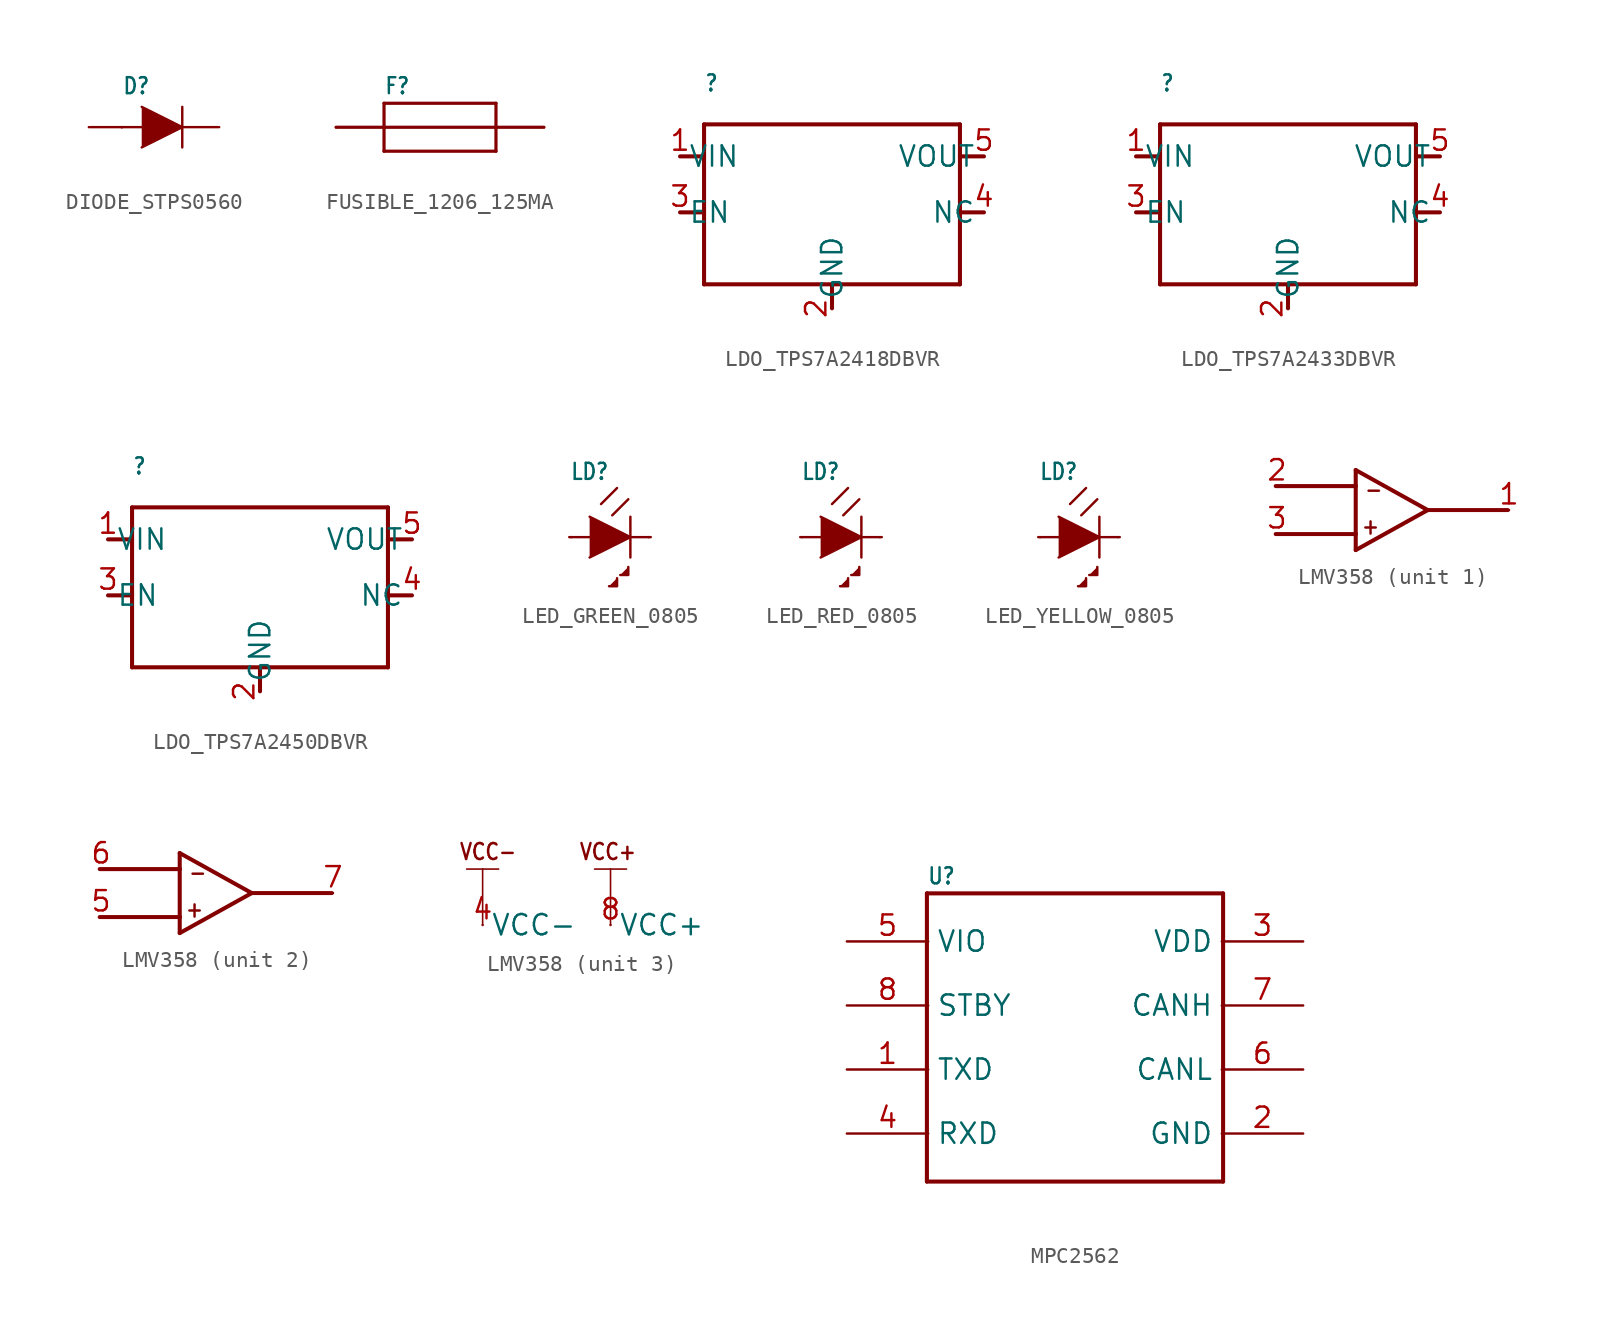
<source format=kicad_sym>
(kicad_symbol_lib
  (version 20241209)
  (generator "kicad_symbol_editor")
  (generator_version "9.0")
  (symbol "DIODE_STPS0560"
    (property "Reference" "D"
      (at 2 2 0)
      (effects (font (size 1 0.85)) (justify left bottom)))
    (property "Value" ""
      (at 2 -3 0)
      (effects (font (size 1 0.85)) (justify left bottom)))
    (property "ki_locked" ""
      (at 0 0 0)
      (effects (font (size 1.27 1.27))))
    (symbol "DIODE_STPS0560_1_0"
      (polyline (pts (xy 1.96 0) (xy 2 0)) (stroke (width 0.152) (type solid)) (fill (type none)))
      (polyline (pts (xy 2 0) (xy 3.23 0)) (stroke (width 0.152) (type solid)) (fill (type none)))
      (polyline (pts (xy 2 0) (xy 0 0)) (stroke (width 0.15) (type solid)) (fill (type none)))
      (polyline (pts (xy 3.23 -1.27) (xy 5.77 0) (xy 3.23 1.27)) (stroke (width 0.152) (type solid)) (fill (type outline)))
      (polyline (pts (xy 5.77 1.27) (xy 5.77 0)) (stroke (width 0.152) (type solid)) (fill (type none)))
      (polyline (pts (xy 5.77 0) (xy 5.77 -1.27)) (stroke (width 0.152) (type solid)) (fill (type none)))
      (polyline (pts (xy 8 0) (xy 5.77 0)) (stroke (width 0.152) (type solid)) (fill (type none)))
      (pin bidirectional line (at -0.08 0 180) (length 0) (name "A" (effects (font (size 0 0)))) (number "A" (effects (font (size 0 0)))))
      (pin bidirectional line (at 8.08 0 0) (length 0) (name "K" (effects (font (size 0 0)))) (number "K" (effects (font (size 0 0)))))))
  (symbol "FUSIBLE_1206_125MA"
    (property "Reference" "F"
      (at 3 2 0)
      (effects (font (size 1 0.85)) (justify left bottom)))
    (property "Value" ""
      (at 3 -3 0)
      (effects (font (size 1 0.85)) (justify left bottom)))
    (property "ki_locked" ""
      (at 0 0 0)
      (effects (font (size 1.27 1.27))))
    (symbol "FUSIBLE_1206_125MA_1_0"
      (polyline (pts (xy 3 1.5) (xy 10 1.5)) (stroke (width 0.2) (type solid)) (fill (type none)))
      (polyline (pts (xy 3 0) (xy 3 1.5)) (stroke (width 0.2) (type solid)) (fill (type none)))
      (polyline (pts (xy 3 0) (xy 10 0)) (stroke (width 0.2) (type solid)) (fill (type none)))
      (polyline (pts (xy 3 0) (xy 0 0)) (stroke (width 0.2) (type solid)) (fill (type none)))
      (polyline (pts (xy 3 -1.5) (xy 3 0)) (stroke (width 0.2) (type solid)) (fill (type none)))
      (polyline (pts (xy 10 1.5) (xy 10 0)) (stroke (width 0.2) (type solid)) (fill (type none)))
      (polyline (pts (xy 10 0) (xy 13 0)) (stroke (width 0.2) (type solid)) (fill (type none)))
      (polyline (pts (xy 10 0) (xy 10 -1.5)) (stroke (width 0.2) (type solid)) (fill (type none)))
      (polyline (pts (xy 10 -1.5) (xy 3 -1.5)) (stroke (width 0.2) (type solid)) (fill (type none)))
      (pin bidirectional line (at 0 0 0) (length 0) (name "1" (effects (font (size 0 0)))) (number "1" (effects (font (size 0 0)))))
      (pin bidirectional line (at 13 0 180) (length 0) (name "2" (effects (font (size 0 0)))) (number "2" (effects (font (size 0 0)))))))
  (symbol "LDO_TPS7A2418DBVR"
    (property "Reference" ""
      (at 1.5 4 0)
      (effects (font (size 1 0.85)) (justify left bottom)))
    (property "Value" ""
      (at 1.5 2.5 0)
      (effects (font (size 1 0.85)) (justify left bottom)))
    (property "ki_locked" ""
      (at 0 0 0)
      (effects (font (size 1.27 1.27))))
    (symbol "LDO_TPS7A2418DBVR_1_0"
      (polyline (pts (xy 0 0) (xy 1.5 0)) (stroke (width 0.254) (type solid)) (fill (type none)))
      (polyline (pts (xy 0 -3.5) (xy 1.5 -3.5)) (stroke (width 0.254) (type solid)) (fill (type none)))
      (polyline (pts (xy 1.5 2) (xy 17.5 2)) (stroke (width 0.254) (type solid)) (fill (type none)))
      (polyline (pts (xy 1.5 0) (xy 1.5 2)) (stroke (width 0.254) (type solid)) (fill (type none)))
      (polyline (pts (xy 1.5 0) (xy 1.5 -8)) (stroke (width 0.254) (type solid)) (fill (type none)))
      (polyline (pts (xy 1.5 -8) (xy 9.5 -8)) (stroke (width 0.254) (type solid)) (fill (type none)))
      (polyline (pts (xy 9.5 -8) (xy 17.5 -8)) (stroke (width 0.254) (type solid)) (fill (type none)))
      (polyline (pts (xy 9.5 -9.5) (xy 9.5 -8)) (stroke (width 0.254) (type solid)) (fill (type none)))
      (polyline (pts (xy 17.5 2) (xy 17.5 0)) (stroke (width 0.254) (type solid)) (fill (type none)))
      (polyline (pts (xy 17.5 0) (xy 19 0)) (stroke (width 0.254) (type solid)) (fill (type none)))
      (polyline (pts (xy 17.5 -8) (xy 17.5 0)) (stroke (width 0.254) (type solid)) (fill (type none)))
      (polyline (pts (xy 19 -3.5) (xy 17.5 -3.5)) (stroke (width 0.254) (type solid)) (fill (type none)))
      (pin bidirectional line (at 0 0 0) (length 0) (name "VIN" (effects (font (size 1.27 1.27)))) (number "1" (effects (font (size 1.27 1.27)))))
      (pin bidirectional line (at 0 -3.5 0) (length 0) (name "EN" (effects (font (size 1.27 1.27)))) (number "3" (effects (font (size 1.27 1.27)))))
      (pin bidirectional line (at 9.5 -9.5 90) (length 0) (name "GND" (effects (font (size 1.27 1.27)))) (number "2" (effects (font (size 1.27 1.27)))))
      (pin bidirectional line (at 19 0 180) (length 0) (name "VOUT" (effects (font (size 1.27 1.27)))) (number "5" (effects (font (size 1.27 1.27)))))
      (pin bidirectional line (at 19 -3.5 180) (length 0) (name "NC" (effects (font (size 1.27 1.27)))) (number "4" (effects (font (size 1.27 1.27)))))))
  (symbol "LDO_TPS7A2433DBVR"
    (property "Reference" ""
      (at 1.5 4 0)
      (effects (font (size 1 0.85)) (justify left bottom)))
    (property "Value" ""
      (at 1.5 2.5 0)
      (effects (font (size 1 0.85)) (justify left bottom)))
    (property "ki_locked" ""
      (at 0 0 0)
      (effects (font (size 1.27 1.27))))
    (symbol "LDO_TPS7A2433DBVR_1_0"
      (polyline (pts (xy 0 0) (xy 1.5 0)) (stroke (width 0.254) (type solid)) (fill (type none)))
      (polyline (pts (xy 0 -3.5) (xy 1.5 -3.5)) (stroke (width 0.254) (type solid)) (fill (type none)))
      (polyline (pts (xy 1.5 2) (xy 17.5 2)) (stroke (width 0.254) (type solid)) (fill (type none)))
      (polyline (pts (xy 1.5 0) (xy 1.5 2)) (stroke (width 0.254) (type solid)) (fill (type none)))
      (polyline (pts (xy 1.5 0) (xy 1.5 -8)) (stroke (width 0.254) (type solid)) (fill (type none)))
      (polyline (pts (xy 1.5 -8) (xy 9.5 -8)) (stroke (width 0.254) (type solid)) (fill (type none)))
      (polyline (pts (xy 9.5 -8) (xy 17.5 -8)) (stroke (width 0.254) (type solid)) (fill (type none)))
      (polyline (pts (xy 9.5 -9.5) (xy 9.5 -8)) (stroke (width 0.254) (type solid)) (fill (type none)))
      (polyline (pts (xy 17.5 2) (xy 17.5 0)) (stroke (width 0.254) (type solid)) (fill (type none)))
      (polyline (pts (xy 17.5 0) (xy 19 0)) (stroke (width 0.254) (type solid)) (fill (type none)))
      (polyline (pts (xy 17.5 -8) (xy 17.5 0)) (stroke (width 0.254) (type solid)) (fill (type none)))
      (polyline (pts (xy 19 -3.5) (xy 17.5 -3.5)) (stroke (width 0.254) (type solid)) (fill (type none)))
      (pin bidirectional line (at 0 0 0) (length 0) (name "VIN" (effects (font (size 1.27 1.27)))) (number "1" (effects (font (size 1.27 1.27)))))
      (pin bidirectional line (at 0 -3.5 0) (length 0) (name "EN" (effects (font (size 1.27 1.27)))) (number "3" (effects (font (size 1.27 1.27)))))
      (pin bidirectional line (at 9.5 -9.5 90) (length 0) (name "GND" (effects (font (size 1.27 1.27)))) (number "2" (effects (font (size 1.27 1.27)))))
      (pin bidirectional line (at 19 0 180) (length 0) (name "VOUT" (effects (font (size 1.27 1.27)))) (number "5" (effects (font (size 1.27 1.27)))))
      (pin bidirectional line (at 19 -3.5 180) (length 0) (name "NC" (effects (font (size 1.27 1.27)))) (number "4" (effects (font (size 1.27 1.27)))))))
  (symbol "LDO_TPS7A2450DBVR"
    (property "Reference" ""
      (at 1.5 4 0)
      (effects (font (size 1 0.85)) (justify left bottom)))
    (property "Value" ""
      (at 1.5 2.5 0)
      (effects (font (size 1 0.85)) (justify left bottom)))
    (property "ki_locked" ""
      (at 0 0 0)
      (effects (font (size 1.27 1.27))))
    (symbol "LDO_TPS7A2450DBVR_1_0"
      (polyline (pts (xy 0 0) (xy 1.5 0)) (stroke (width 0.254) (type solid)) (fill (type none)))
      (polyline (pts (xy 0 -3.5) (xy 1.5 -3.5)) (stroke (width 0.254) (type solid)) (fill (type none)))
      (polyline (pts (xy 1.5 2) (xy 17.5 2)) (stroke (width 0.254) (type solid)) (fill (type none)))
      (polyline (pts (xy 1.5 0) (xy 1.5 -8)) (stroke (width 0.254) (type solid)) (fill (type none)))
      (polyline (pts (xy 1.5 0) (xy 1.5 2)) (stroke (width 0.254) (type solid)) (fill (type none)))
      (polyline (pts (xy 1.5 -8) (xy 9.5 -8)) (stroke (width 0.254) (type solid)) (fill (type none)))
      (polyline (pts (xy 9.5 -8) (xy 17.5 -8)) (stroke (width 0.254) (type solid)) (fill (type none)))
      (polyline (pts (xy 9.5 -9.5) (xy 9.5 -8)) (stroke (width 0.254) (type solid)) (fill (type none)))
      (polyline (pts (xy 17.5 2) (xy 17.5 0)) (stroke (width 0.254) (type solid)) (fill (type none)))
      (polyline (pts (xy 17.5 0) (xy 19 0)) (stroke (width 0.254) (type solid)) (fill (type none)))
      (polyline (pts (xy 17.5 -8) (xy 17.5 0)) (stroke (width 0.254) (type solid)) (fill (type none)))
      (polyline (pts (xy 19 -3.5) (xy 17.5 -3.5)) (stroke (width 0.254) (type solid)) (fill (type none)))
      (pin bidirectional line (at 0 0 0) (length 0) (name "VIN" (effects (font (size 1.27 1.27)))) (number "1" (effects (font (size 1.27 1.27)))))
      (pin bidirectional line (at 0 -3.5 0) (length 0) (name "EN" (effects (font (size 1.27 1.27)))) (number "3" (effects (font (size 1.27 1.27)))))
      (pin bidirectional line (at 9.5 -9.5 90) (length 0) (name "GND" (effects (font (size 1.27 1.27)))) (number "2" (effects (font (size 1.27 1.27)))))
      (pin bidirectional line (at 19 0 180) (length 0) (name "VOUT" (effects (font (size 1.27 1.27)))) (number "5" (effects (font (size 1.27 1.27)))))
      (pin bidirectional line (at 19 -3.5 180) (length 0) (name "NC" (effects (font (size 1.27 1.27)))) (number "4" (effects (font (size 1.27 1.27)))))))
  (symbol "LED_GREEN_0805"
    (property "Reference" "LD"
      (at 0 3.5 0)
      (effects (font (size 1 0.85)) (justify left bottom)))
    (property "Value" ""
      (at 0 -3 0)
      (effects (font (size 1 0.85)) (justify left bottom)))
    (property "ki_locked" ""
      (at 0 0 0)
      (effects (font (size 1.27 1.27))))
    (symbol "LED_GREEN_0805_1_0"
      (polyline (pts (xy -0.04 0) (xy 1.23 0)) (stroke (width 0.152) (type solid)) (fill (type none)))
      (polyline (pts (xy 1.23 -1.27) (xy 3.77 0) (xy 1.23 1.27)) (stroke (width 0.152) (type solid)) (fill (type outline)))
      (polyline (pts (xy 2.44 -3.06) (xy 2.94 -3.06) (xy 2.94 -2.56)) (stroke (width 0.152) (type solid)) (fill (type outline)))
      (polyline (pts (xy 2.94 3.06) (xy 1.94 2.06)) (stroke (width 0.152) (type solid)) (fill (type none)))
      (polyline (pts (xy 3.14 -2.36) (xy 3.64 -2.36) (xy 3.64 -1.86)) (stroke (width 0.152) (type solid)) (fill (type outline)))
      (polyline (pts (xy 3.64 2.36) (xy 2.64 1.36)) (stroke (width 0.152) (type solid)) (fill (type none)))
      (polyline (pts (xy 3.77 1.27) (xy 3.77 0)) (stroke (width 0.152) (type solid)) (fill (type none)))
      (polyline (pts (xy 3.77 0) (xy 3.77 -1.27)) (stroke (width 0.152) (type solid)) (fill (type none)))
      (polyline (pts (xy 5.04 0) (xy 3.77 0)) (stroke (width 0.152) (type solid)) (fill (type none)))
      (pin bidirectional line (at 0.08 0 0) (length 0) (name "A" (effects (font (size 0 0)))) (number "2" (effects (font (size 0 0)))))
      (pin bidirectional line (at 4.92 0 180) (length 0) (name "K" (effects (font (size 0 0)))) (number "1" (effects (font (size 0 0)))))))
  (symbol "LED_RED_0805"
    (property "Reference" "LD"
      (at 0 3.5 0)
      (effects (font (size 1 0.85)) (justify left bottom)))
    (property "Value" ""
      (at 0 -3 0)
      (effects (font (size 1 0.85)) (justify left bottom)))
    (property "ki_locked" ""
      (at 0 0 0)
      (effects (font (size 1.27 1.27))))
    (symbol "LED_RED_0805_1_0"
      (polyline (pts (xy -0.04 0) (xy 1.23 0)) (stroke (width 0.152) (type solid)) (fill (type none)))
      (polyline (pts (xy 1.23 -1.27) (xy 3.77 0) (xy 1.23 1.27)) (stroke (width 0.152) (type solid)) (fill (type outline)))
      (polyline (pts (xy 2.44 -3.06) (xy 2.94 -3.06) (xy 2.94 -2.56)) (stroke (width 0.152) (type solid)) (fill (type outline)))
      (polyline (pts (xy 2.94 3.06) (xy 1.94 2.06)) (stroke (width 0.152) (type solid)) (fill (type none)))
      (polyline (pts (xy 3.14 -2.36) (xy 3.64 -2.36) (xy 3.64 -1.86)) (stroke (width 0.152) (type solid)) (fill (type outline)))
      (polyline (pts (xy 3.64 2.36) (xy 2.64 1.36)) (stroke (width 0.152) (type solid)) (fill (type none)))
      (polyline (pts (xy 3.77 1.27) (xy 3.77 0)) (stroke (width 0.152) (type solid)) (fill (type none)))
      (polyline (pts (xy 3.77 0) (xy 3.77 -1.27)) (stroke (width 0.152) (type solid)) (fill (type none)))
      (polyline (pts (xy 5.04 0) (xy 3.77 0)) (stroke (width 0.152) (type solid)) (fill (type none)))
      (pin bidirectional line (at 0.08 0 0) (length 0) (name "A" (effects (font (size 0 0)))) (number "2" (effects (font (size 0 0)))))
      (pin bidirectional line (at 4.92 0 180) (length 0) (name "K" (effects (font (size 0 0)))) (number "1" (effects (font (size 0 0)))))))
  (symbol "LED_YELLOW_0805"
    (property "Reference" "LD"
      (at 0 3.5 0)
      (effects (font (size 1 0.85)) (justify left bottom)))
    (property "Value" ""
      (at 0 -3 0)
      (effects (font (size 1 0.85)) (justify left bottom)))
    (property "ki_locked" ""
      (at 0 0 0)
      (effects (font (size 1.27 1.27))))
    (symbol "LED_YELLOW_0805_1_0"
      (polyline (pts (xy -0.04 0) (xy 1.23 0)) (stroke (width 0.152) (type solid)) (fill (type none)))
      (polyline (pts (xy 1.23 -1.27) (xy 3.77 0) (xy 1.23 1.27)) (stroke (width 0.152) (type solid)) (fill (type outline)))
      (polyline (pts (xy 2.44 -3.06) (xy 2.94 -3.06) (xy 2.94 -2.56)) (stroke (width 0.152) (type solid)) (fill (type outline)))
      (polyline (pts (xy 2.94 3.06) (xy 1.94 2.06)) (stroke (width 0.152) (type solid)) (fill (type none)))
      (polyline (pts (xy 3.14 -2.36) (xy 3.64 -2.36) (xy 3.64 -1.86)) (stroke (width 0.152) (type solid)) (fill (type outline)))
      (polyline (pts (xy 3.64 2.36) (xy 2.64 1.36)) (stroke (width 0.152) (type solid)) (fill (type none)))
      (polyline (pts (xy 3.77 1.27) (xy 3.77 0)) (stroke (width 0.152) (type solid)) (fill (type none)))
      (polyline (pts (xy 3.77 0) (xy 3.77 -1.27)) (stroke (width 0.152) (type solid)) (fill (type none)))
      (polyline (pts (xy 5.04 0) (xy 3.77 0)) (stroke (width 0.152) (type solid)) (fill (type none)))
      (pin bidirectional line (at 0.08 0 0) (length 0) (name "A" (effects (font (size 0 0)))) (number "2" (effects (font (size 0 0)))))
      (pin bidirectional line (at 4.92 0 180) (length 0) (name "K" (effects (font (size 0 0)))) (number "1" (effects (font (size 0 0)))))))
  (symbol "LMV358"
    (property "Reference" ""
      (at 5 1.5 0)
      (effects (font (size 1 0.85)) (justify left bottom) (hide yes)))
    (property "ki_locked" ""
      (at 0 0 0)
      (effects (font (size 1.27 1.27))))
    (symbol "LMV358_1_0"
      (polyline (pts (xy 5 1) (xy 5 0)) (stroke (width 0.254) (type solid)) (fill (type none)))
      (polyline (pts (xy 5 0) (xy 0 0)) (stroke (width 0.254) (type solid)) (fill (type none)))
      (polyline (pts (xy 5 0) (xy 5 -3)) (stroke (width 0.254) (type solid)) (fill (type none)))
      (polyline (pts (xy 5 -3) (xy 5 -4)) (stroke (width 0.254) (type solid)) (fill (type none)))
      (polyline (pts (xy 5 -3) (xy 0 -3)) (stroke (width 0.254) (type solid)) (fill (type none)))
      (polyline (pts (xy 5 -4) (xy 9.5 -1.5)) (stroke (width 0.254) (type solid)) (fill (type none)))
      (polyline (pts (xy 9.5 -1.5) (xy 5 1)) (stroke (width 0.254) (type solid)) (fill (type none)))
      (polyline (pts (xy 9.5 -1.5) (xy 14.5 -1.5)) (stroke (width 0.254) (type solid)) (fill (type none)))
      (text "+" (at 5.3 -3.1 0) (effects (font (size 1 0.85)) (justify left bottom)))
      (text "-" (at 5.5 -0.8 0) (effects (font (size 1 0.85)) (justify left bottom)))
      (pin bidirectional line (at 0.08 0 0) (length 0) (name "IN-" (effects (font (size 0 0)))) (number "2" (effects (font (size 1.27 1.27)))))
      (pin bidirectional line (at 0.08 -3 0) (length 0) (name "IN+" (effects (font (size 0 0)))) (number "3" (effects (font (size 1.27 1.27)))))
      (pin bidirectional line (at 14.58 -1.5 0) (length 0) (name "OUT" (effects (font (size 0 0)))) (number "1" (effects (font (size 1.27 1.27))))))
    (symbol "LMV358_2_0"
      (polyline (pts (xy 5 1) (xy 5 0)) (stroke (width 0.254) (type solid)) (fill (type none)))
      (polyline (pts (xy 5 0) (xy 5 -3)) (stroke (width 0.254) (type solid)) (fill (type none)))
      (polyline (pts (xy 5 0) (xy 0 0)) (stroke (width 0.254) (type solid)) (fill (type none)))
      (polyline (pts (xy 5 -3) (xy 5 -4)) (stroke (width 0.254) (type solid)) (fill (type none)))
      (polyline (pts (xy 5 -3) (xy 0 -3)) (stroke (width 0.254) (type solid)) (fill (type none)))
      (polyline (pts (xy 5 -4) (xy 9.5 -1.5)) (stroke (width 0.254) (type solid)) (fill (type none)))
      (polyline (pts (xy 9.5 -1.5) (xy 5 1)) (stroke (width 0.254) (type solid)) (fill (type none)))
      (polyline (pts (xy 9.5 -1.5) (xy 14.5 -1.5)) (stroke (width 0.254) (type solid)) (fill (type none)))
      (text "+" (at 5.3 -3.1 0) (effects (font (size 1 0.85)) (justify left bottom)))
      (text "-" (at 5.5 -0.8 0) (effects (font (size 1 0.85)) (justify left bottom)))
      (pin bidirectional line (at 0.08 0 0) (length 0) (name "IN-" (effects (font (size 0 0)))) (number "6" (effects (font (size 1.27 1.27)))))
      (pin bidirectional line (at 0.08 -3 0) (length 0) (name "IN+" (effects (font (size 0 0)))) (number "5" (effects (font (size 1.27 1.27)))))
      (pin bidirectional line (at 14.58 -1.5 0) (length 0) (name "OUT" (effects (font (size 0 0)))) (number "7" (effects (font (size 1.27 1.27))))))
    (symbol "LMV358_3_0"
      (polyline (pts (xy 0 3.5) (xy -1 3.5)) (stroke (width 0.1) (type solid)) (fill (type none)))
      (polyline (pts (xy 0 3.5) (xy 1 3.5)) (stroke (width 0.1) (type solid)) (fill (type none)))
      (polyline (pts (xy 0 0) (xy 0 3.5)) (stroke (width 0.1) (type solid)) (fill (type none)))
      (polyline (pts (xy 7 3.5) (xy 8 3.5)) (stroke (width 0.1) (type solid)) (fill (type none)))
      (polyline (pts (xy 8 3.5) (xy 9 3.5)) (stroke (width 0.1) (type solid)) (fill (type none)))
      (polyline (pts (xy 8 0) (xy 8 3.5)) (stroke (width 0.1) (type solid)) (fill (type none)))
      (text "VCC-" (at -1.5 4 0) (effects (font (size 1 0.85)) (justify left bottom)))
      (text "VCC+" (at 6 4 0) (effects (font (size 1 0.85)) (justify left bottom)))
      (pin bidirectional line (at 0 0 0) (length 0) (name "VCC-" (effects (font (size 1.27 1.27)))) (number "4" (effects (font (size 1.27 1.27)))))
      (pin bidirectional line (at 8 0 0) (length 0) (name "VCC+" (effects (font (size 1.27 1.27)))) (number "8" (effects (font (size 1.27 1.27)))))))
  (symbol "MPC2562"
    (property "Reference" "U"
      (at 5 3.5 0)
      (effects (font (size 1 0.85)) (justify left bottom)))
    (property "Value" ""
      (at 5 -16.5 0)
      (effects (font (size 1 0.85)) (justify left bottom)))
    (property "ki_locked" ""
      (at 0 0 0)
      (effects (font (size 1.27 1.27))))
    (symbol "MPC2562_1_0"
      (polyline (pts (xy 5 3) (xy 23.5 3)) (stroke (width 0.254) (type solid)) (fill (type none)))
      (polyline (pts (xy 5 -15) (xy 5 3)) (stroke (width 0.254) (type solid)) (fill (type none)))
      (polyline (pts (xy 23.5 3) (xy 23.5 -15)) (stroke (width 0.254) (type solid)) (fill (type none)))
      (polyline (pts (xy 23.5 -15) (xy 5 -15)) (stroke (width 0.254) (type solid)) (fill (type none)))
      (pin bidirectional line (at 0 0 0) (length 5.08) (name "VIO" (effects (font (size 1.27 1.27)))) (number "5" (effects (font (size 1.27 1.27)))))
      (pin bidirectional line (at 0 -4 0) (length 5.08) (name "STBY" (effects (font (size 1.27 1.27)))) (number "8" (effects (font (size 1.27 1.27)))))
      (pin bidirectional line (at 0 -8 0) (length 5.08) (name "TXD" (effects (font (size 1.27 1.27)))) (number "1" (effects (font (size 1.27 1.27)))))
      (pin bidirectional line (at 0 -12 0) (length 5.08) (name "RXD" (effects (font (size 1.27 1.27)))) (number "4" (effects (font (size 1.27 1.27)))))
      (pin bidirectional line (at 28.5 0 180) (length 5.08) (name "VDD" (effects (font (size 1.27 1.27)))) (number "3" (effects (font (size 1.27 1.27)))))
      (pin bidirectional line (at 28.5 -4 180) (length 5.08) (name "CANH" (effects (font (size 1.27 1.27)))) (number "7" (effects (font (size 1.27 1.27)))))
      (pin bidirectional line (at 28.5 -8 180) (length 5.08) (name "CANL" (effects (font (size 1.27 1.27)))) (number "6" (effects (font (size 1.27 1.27)))))
      (pin bidirectional line (at 28.5 -12 180) (length 5.08) (name "GND" (effects (font (size 1.27 1.27)))) (number "2" (effects (font (size 1.27 1.27))))))))
</source>
